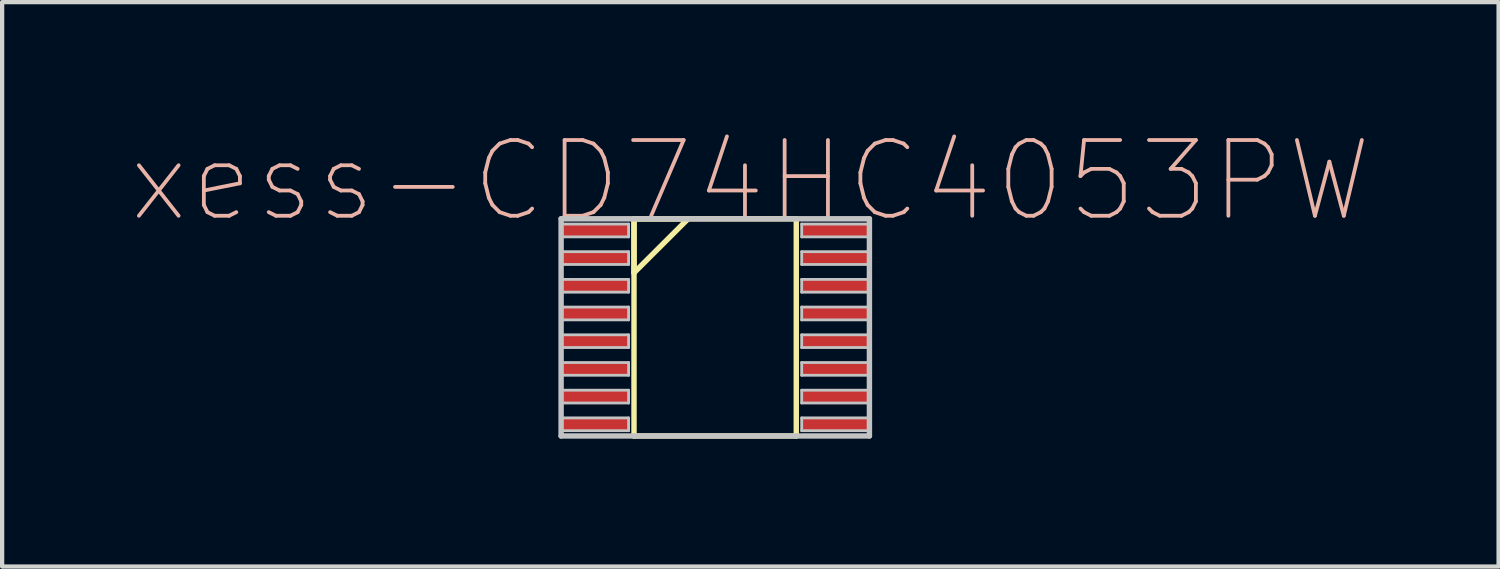
<source format=kicad_pcb>
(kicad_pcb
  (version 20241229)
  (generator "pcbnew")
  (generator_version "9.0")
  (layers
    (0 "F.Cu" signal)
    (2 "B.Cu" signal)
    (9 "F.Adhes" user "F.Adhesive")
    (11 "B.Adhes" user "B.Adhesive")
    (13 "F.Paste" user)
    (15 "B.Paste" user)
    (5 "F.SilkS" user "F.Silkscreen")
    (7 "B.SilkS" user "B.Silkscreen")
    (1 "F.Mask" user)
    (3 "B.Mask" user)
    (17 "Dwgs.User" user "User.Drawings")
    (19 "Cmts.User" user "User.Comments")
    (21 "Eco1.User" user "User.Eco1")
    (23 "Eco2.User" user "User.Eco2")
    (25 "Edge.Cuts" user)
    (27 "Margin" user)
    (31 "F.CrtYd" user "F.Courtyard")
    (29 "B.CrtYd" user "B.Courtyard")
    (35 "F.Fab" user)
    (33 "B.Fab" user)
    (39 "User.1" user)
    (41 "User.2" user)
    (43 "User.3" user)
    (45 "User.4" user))
  (footprint "xess-CD74HC4053PW"
    (layer "F.Cu")
    (at 10.911 2.359)
    (property "Reference" "xess-CD74HC4053PW" (at 3.65 -1.163 0) (layer "B.SilkS") (effects (font (size 1.778 1.778) (thickness 0.089))))
    (attr smd)
    (fp_line (start 0.919 -0.274) (end 0.919 0.993) (stroke (width 0.127) (type solid)) (layer "F.SilkS"))
    (fp_line (start 0.919 -0.274) (end 0.919 4.823) (stroke (width 0.127) (type solid)) (layer "F.SilkS"))
    (fp_line (start 0.919 0.993) (end 2.189 -0.274) (stroke (width 0.127) (type solid)) (layer "F.SilkS"))
    (fp_line (start 0.919 4.823) (end 4.727 4.823) (stroke (width 0.127) (type solid)) (layer "F.SilkS"))
    (fp_line (start 2.189 -0.274) (end 0.919 -0.274) (stroke (width 0.127) (type solid)) (layer "F.SilkS"))
    (fp_line (start 4.727 -0.274) (end 0.919 -0.274) (stroke (width 0.127) (type solid)) (layer "F.SilkS"))
    (fp_line (start 4.727 4.823) (end 4.727 -0.274) (stroke (width 0.127) (type solid)) (layer "F.SilkS"))
    (fp_line (start -0.792 -0.274) (end -0.792 4.823) (stroke (width 0.127) (type solid)) (layer "Dwgs.User"))
    (fp_line (start -0.792 -0.15) (end 0.792 -0.15) (stroke (width 0.066) (type solid)) (layer "Dwgs.User"))
    (fp_line (start -0.792 0.15) (end -0.792 -0.15) (stroke (width 0.066) (type solid)) (layer "Dwgs.User"))
    (fp_line (start -0.792 0.15) (end 0.792 0.15) (stroke (width 0.066) (type solid)) (layer "Dwgs.User"))
    (fp_line (start -0.792 0.498) (end 0.792 0.498) (stroke (width 0.066) (type solid)) (layer "Dwgs.User"))
    (fp_line (start -0.792 0.798) (end -0.792 0.498) (stroke (width 0.066) (type solid)) (layer "Dwgs.User"))
    (fp_line (start -0.792 0.798) (end 0.792 0.798) (stroke (width 0.066) (type solid)) (layer "Dwgs.User"))
    (fp_line (start -0.792 1.148) (end 0.792 1.148) (stroke (width 0.066) (type solid)) (layer "Dwgs.User"))
    (fp_line (start -0.792 1.448) (end -0.792 1.148) (stroke (width 0.066) (type solid)) (layer "Dwgs.User"))
    (fp_line (start -0.792 1.448) (end 0.792 1.448) (stroke (width 0.066) (type solid)) (layer "Dwgs.User"))
    (fp_line (start -0.792 1.798) (end 0.792 1.798) (stroke (width 0.066) (type solid)) (layer "Dwgs.User"))
    (fp_line (start -0.792 2.098) (end -0.792 1.798) (stroke (width 0.066) (type solid)) (layer "Dwgs.User"))
    (fp_line (start -0.792 2.098) (end 0.792 2.098) (stroke (width 0.066) (type solid)) (layer "Dwgs.User"))
    (fp_line (start -0.792 2.449) (end 0.792 2.449) (stroke (width 0.066) (type solid)) (layer "Dwgs.User"))
    (fp_line (start -0.792 2.748) (end -0.792 2.449) (stroke (width 0.066) (type solid)) (layer "Dwgs.User"))
    (fp_line (start -0.792 2.748) (end 0.792 2.748) (stroke (width 0.066) (type solid)) (layer "Dwgs.User"))
    (fp_line (start -0.792 3.099) (end 0.792 3.099) (stroke (width 0.066) (type solid)) (layer "Dwgs.User"))
    (fp_line (start -0.792 3.399) (end -0.792 3.099) (stroke (width 0.066) (type solid)) (layer "Dwgs.User"))
    (fp_line (start -0.792 3.399) (end 0.792 3.399) (stroke (width 0.066) (type solid)) (layer "Dwgs.User"))
    (fp_line (start -0.792 3.749) (end 0.792 3.749) (stroke (width 0.066) (type solid)) (layer "Dwgs.User"))
    (fp_line (start -0.792 4.049) (end -0.792 3.749) (stroke (width 0.066) (type solid)) (layer "Dwgs.User"))
    (fp_line (start -0.792 4.049) (end 0.792 4.049) (stroke (width 0.066) (type solid)) (layer "Dwgs.User"))
    (fp_line (start -0.792 4.399) (end 0.792 4.399) (stroke (width 0.066) (type solid)) (layer "Dwgs.User"))
    (fp_line (start -0.792 4.699) (end -0.792 4.399) (stroke (width 0.066) (type solid)) (layer "Dwgs.User"))
    (fp_line (start -0.792 4.699) (end 0.792 4.699) (stroke (width 0.066) (type solid)) (layer "Dwgs.User"))
    (fp_line (start -0.792 4.823) (end 6.444 4.823) (stroke (width 0.127) (type solid)) (layer "Dwgs.User"))
    (fp_line (start 0.792 0.15) (end 0.792 -0.15) (stroke (width 0.066) (type solid)) (layer "Dwgs.User"))
    (fp_line (start 0.792 0.798) (end 0.792 0.498) (stroke (width 0.066) (type solid)) (layer "Dwgs.User"))
    (fp_line (start 0.792 1.448) (end 0.792 1.148) (stroke (width 0.066) (type solid)) (layer "Dwgs.User"))
    (fp_line (start 0.792 2.098) (end 0.792 1.798) (stroke (width 0.066) (type solid)) (layer "Dwgs.User"))
    (fp_line (start 0.792 2.748) (end 0.792 2.449) (stroke (width 0.066) (type solid)) (layer "Dwgs.User"))
    (fp_line (start 0.792 3.399) (end 0.792 3.099) (stroke (width 0.066) (type solid)) (layer "Dwgs.User"))
    (fp_line (start 0.792 4.049) (end 0.792 3.749) (stroke (width 0.066) (type solid)) (layer "Dwgs.User"))
    (fp_line (start 0.792 4.699) (end 0.792 4.399) (stroke (width 0.066) (type solid)) (layer "Dwgs.User"))
    (fp_line (start 4.854 -0.15) (end 6.444 -0.15) (stroke (width 0.066) (type solid)) (layer "Dwgs.User"))
    (fp_line (start 4.854 0.15) (end 4.854 -0.15) (stroke (width 0.066) (type solid)) (layer "Dwgs.User"))
    (fp_line (start 4.854 0.15) (end 6.444 0.15) (stroke (width 0.066) (type solid)) (layer "Dwgs.User"))
    (fp_line (start 4.854 0.498) (end 6.444 0.498) (stroke (width 0.066) (type solid)) (layer "Dwgs.User"))
    (fp_line (start 4.854 0.798) (end 4.854 0.498) (stroke (width 0.066) (type solid)) (layer "Dwgs.User"))
    (fp_line (start 4.854 0.798) (end 6.444 0.798) (stroke (width 0.066) (type solid)) (layer "Dwgs.User"))
    (fp_line (start 4.854 1.148) (end 6.444 1.148) (stroke (width 0.066) (type solid)) (layer "Dwgs.User"))
    (fp_line (start 4.854 1.448) (end 4.854 1.148) (stroke (width 0.066) (type solid)) (layer "Dwgs.User"))
    (fp_line (start 4.854 1.448) (end 6.444 1.448) (stroke (width 0.066) (type solid)) (layer "Dwgs.User"))
    (fp_line (start 4.854 1.798) (end 6.444 1.798) (stroke (width 0.066) (type solid)) (layer "Dwgs.User"))
    (fp_line (start 4.854 2.098) (end 4.854 1.798) (stroke (width 0.066) (type solid)) (layer "Dwgs.User"))
    (fp_line (start 4.854 2.098) (end 6.444 2.098) (stroke (width 0.066) (type solid)) (layer "Dwgs.User"))
    (fp_line (start 4.854 2.449) (end 6.444 2.449) (stroke (width 0.066) (type solid)) (layer "Dwgs.User"))
    (fp_line (start 4.854 2.748) (end 4.854 2.449) (stroke (width 0.066) (type solid)) (layer "Dwgs.User"))
    (fp_line (start 4.854 2.748) (end 6.444 2.748) (stroke (width 0.066) (type solid)) (layer "Dwgs.User"))
    (fp_line (start 4.854 3.099) (end 6.444 3.099) (stroke (width 0.066) (type solid)) (layer "Dwgs.User"))
    (fp_line (start 4.854 3.399) (end 4.854 3.099) (stroke (width 0.066) (type solid)) (layer "Dwgs.User"))
    (fp_line (start 4.854 3.399) (end 6.444 3.399) (stroke (width 0.066) (type solid)) (layer "Dwgs.User"))
    (fp_line (start 4.854 3.749) (end 6.444 3.749) (stroke (width 0.066) (type solid)) (layer "Dwgs.User"))
    (fp_line (start 4.854 4.049) (end 4.854 3.749) (stroke (width 0.066) (type solid)) (layer "Dwgs.User"))
    (fp_line (start 4.854 4.049) (end 6.444 4.049) (stroke (width 0.066) (type solid)) (layer "Dwgs.User"))
    (fp_line (start 4.854 4.399) (end 6.444 4.399) (stroke (width 0.066) (type solid)) (layer "Dwgs.User"))
    (fp_line (start 4.854 4.699) (end 4.854 4.399) (stroke (width 0.066) (type solid)) (layer "Dwgs.User"))
    (fp_line (start 4.854 4.699) (end 6.444 4.699) (stroke (width 0.066) (type solid)) (layer "Dwgs.User"))
    (fp_line (start 6.444 -0.274) (end -0.792 -0.274) (stroke (width 0.127) (type solid)) (layer "Dwgs.User"))
    (fp_line (start 6.444 0.15) (end 6.444 -0.15) (stroke (width 0.066) (type solid)) (layer "Dwgs.User"))
    (fp_line (start 6.444 0.798) (end 6.444 0.498) (stroke (width 0.066) (type solid)) (layer "Dwgs.User"))
    (fp_line (start 6.444 1.448) (end 6.444 1.148) (stroke (width 0.066) (type solid)) (layer "Dwgs.User"))
    (fp_line (start 6.444 2.098) (end 6.444 1.798) (stroke (width 0.066) (type solid)) (layer "Dwgs.User"))
    (fp_line (start 6.444 2.748) (end 6.444 2.449) (stroke (width 0.066) (type solid)) (layer "Dwgs.User"))
    (fp_line (start 6.444 3.399) (end 6.444 3.099) (stroke (width 0.066) (type solid)) (layer "Dwgs.User"))
    (fp_line (start 6.444 4.049) (end 6.444 3.749) (stroke (width 0.066) (type solid)) (layer "Dwgs.User"))
    (fp_line (start 6.444 4.699) (end 6.444 4.399) (stroke (width 0.066) (type solid)) (layer "Dwgs.User"))
    (fp_line (start 6.444 4.823) (end 6.444 -0.274) (stroke (width 0.127) (type solid)) (layer "Dwgs.User"))
    (pad "1" smd rect (at 0 0) (size 1.587 0.3) (layers "F.Cu" "F.Mask" "F.Paste"))
    (pad "2" smd rect (at 0 0.648) (size 1.587 0.3) (layers "F.Cu" "F.Mask" "F.Paste"))
    (pad "3" smd rect (at 0 1.298) (size 1.587 0.3) (layers "F.Cu" "F.Mask" "F.Paste"))
    (pad "4" smd rect (at 0 1.948) (size 1.587 0.3) (layers "F.Cu" "F.Mask" "F.Paste"))
    (pad "5" smd rect (at 0 2.598) (size 1.587 0.3) (layers "F.Cu" "F.Mask" "F.Paste"))
    (pad "6" smd rect (at 0 3.249) (size 1.587 0.3) (layers "F.Cu" "F.Mask" "F.Paste"))
    (pad "7" smd rect (at 0 3.899) (size 1.587 0.3) (layers "F.Cu" "F.Mask" "F.Paste"))
    (pad "8" smd rect (at 0 4.549) (size 1.587 0.3) (layers "F.Cu" "F.Mask" "F.Paste"))
    (pad "9" smd rect (at 5.649 4.549) (size 1.587 0.3) (layers "F.Cu" "F.Mask" "F.Paste"))
    (pad "10" smd rect (at 5.649 3.899) (size 1.587 0.3) (layers "F.Cu" "F.Mask" "F.Paste"))
    (pad "11" smd rect (at 5.649 3.249) (size 1.587 0.3) (layers "F.Cu" "F.Mask" "F.Paste"))
    (pad "12" smd rect (at 5.649 2.598) (size 1.587 0.3) (layers "F.Cu" "F.Mask" "F.Paste"))
    (pad "13" smd rect (at 5.649 1.948) (size 1.587 0.3) (layers "F.Cu" "F.Mask" "F.Paste"))
    (pad "14" smd rect (at 5.649 1.298) (size 1.587 0.3) (layers "F.Cu" "F.Mask" "F.Paste"))
    (pad "15" smd rect (at 5.649 0.648) (size 1.587 0.3) (layers "F.Cu" "F.Mask" "F.Paste"))
    (pad "16" smd rect (at 5.649 0) (size 1.587 0.3) (layers "F.Cu" "F.Mask" "F.Paste")))
  (gr_rect
    (start -3 -3)
    (end 32.121 10.246)
    (stroke (width 0.1) (type default))
    (fill no)
    (layer "Edge.Cuts")))
</source>
